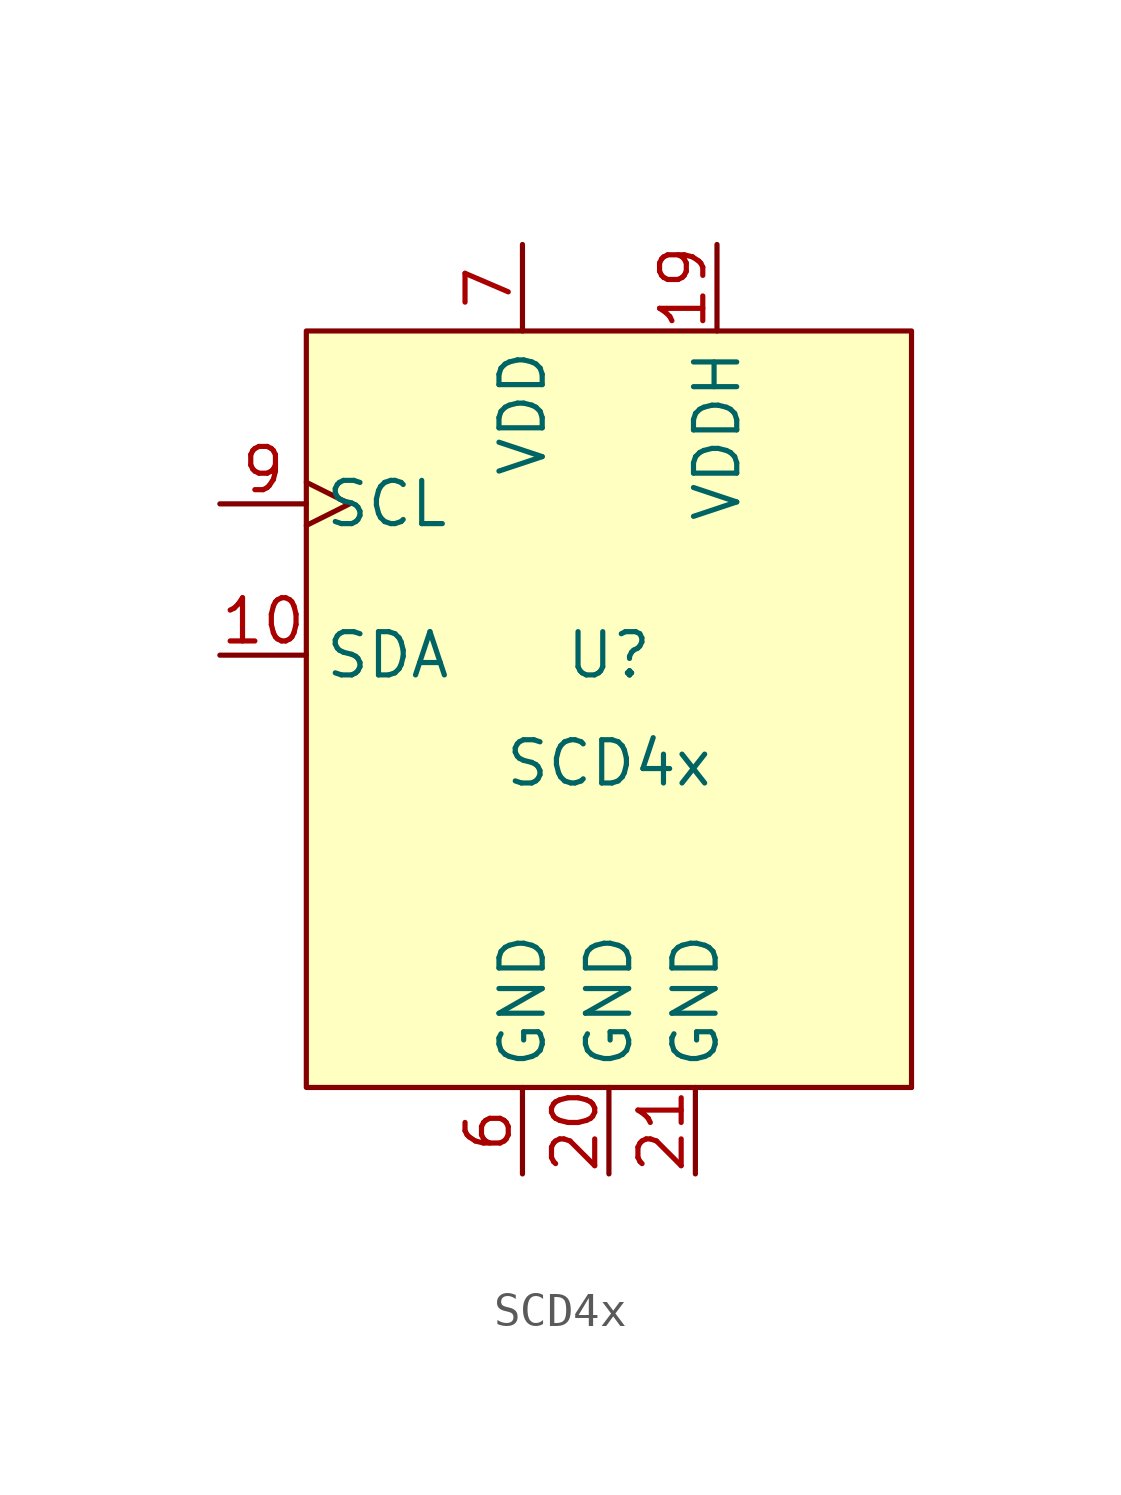
<source format=kicad_sym>
(kicad_symbol_lib
  (version 20210619)
  (generator kicad_symbol_editor)
  (symbol "SCD4x:SCD4x"
    (property "Reference" "U"
      (at 0 2.54 0)
      (effects (font (size 1.27 1.27))))
    (property "Value" "SCD4x"
      (at 0 -0.635 0)
      (effects (font (size 1.27 1.27))))
    (symbol "SCD4x_0_1"
      (rectangle (start 8.89 -10.16) (end 8.89 -10.16) (stroke (width 0.152)) (fill (type none)))
      (rectangle (start -8.89 12.065) (end 8.89 -10.16) (stroke (width 0.152)) (fill (type background))))
    (symbol "SCD4x_1_1"
      (pin bidirectional line (at -11.43 2.54 0) (length 2.54) (name "SDA" (effects (font (size 1.27 1.27)))) (number "10" (effects (font (size 1.27 1.27)))))
      (pin power_in line (at 3.175 14.605 270) (length 2.54) (name "VDDH" (effects (font (size 1.27 1.27)))) (number "19" (effects (font (size 1.27 1.27)))))
      (pin power_in line (at 0 -12.7 90) (length 2.54) (name "GND" (effects (font (size 1.27 1.27)))) (number "20" (effects (font (size 1.27 1.27)))))
      (pin power_in line (at 2.54 -12.7 90) (length 2.54) (name "GND" (effects (font (size 1.27 1.27)))) (number "21" (effects (font (size 1.27 1.27)))))
      (pin power_in line (at -2.54 -12.7 90) (length 2.54) (name "GND" (effects (font (size 1.27 1.27)))) (number "6" (effects (font (size 1.27 1.27)))))
      (pin power_in line (at -2.54 14.605 270) (length 2.54) (name "VDD" (effects (font (size 1.27 1.27)))) (number "7" (effects (font (size 1.27 1.27)))))
      (pin input clock (at -11.43 6.985 0) (length 2.54) (name "SCL" (effects (font (size 1.27 1.27)))) (number "9" (effects (font (size 1.27 1.27))))))))
</source>
